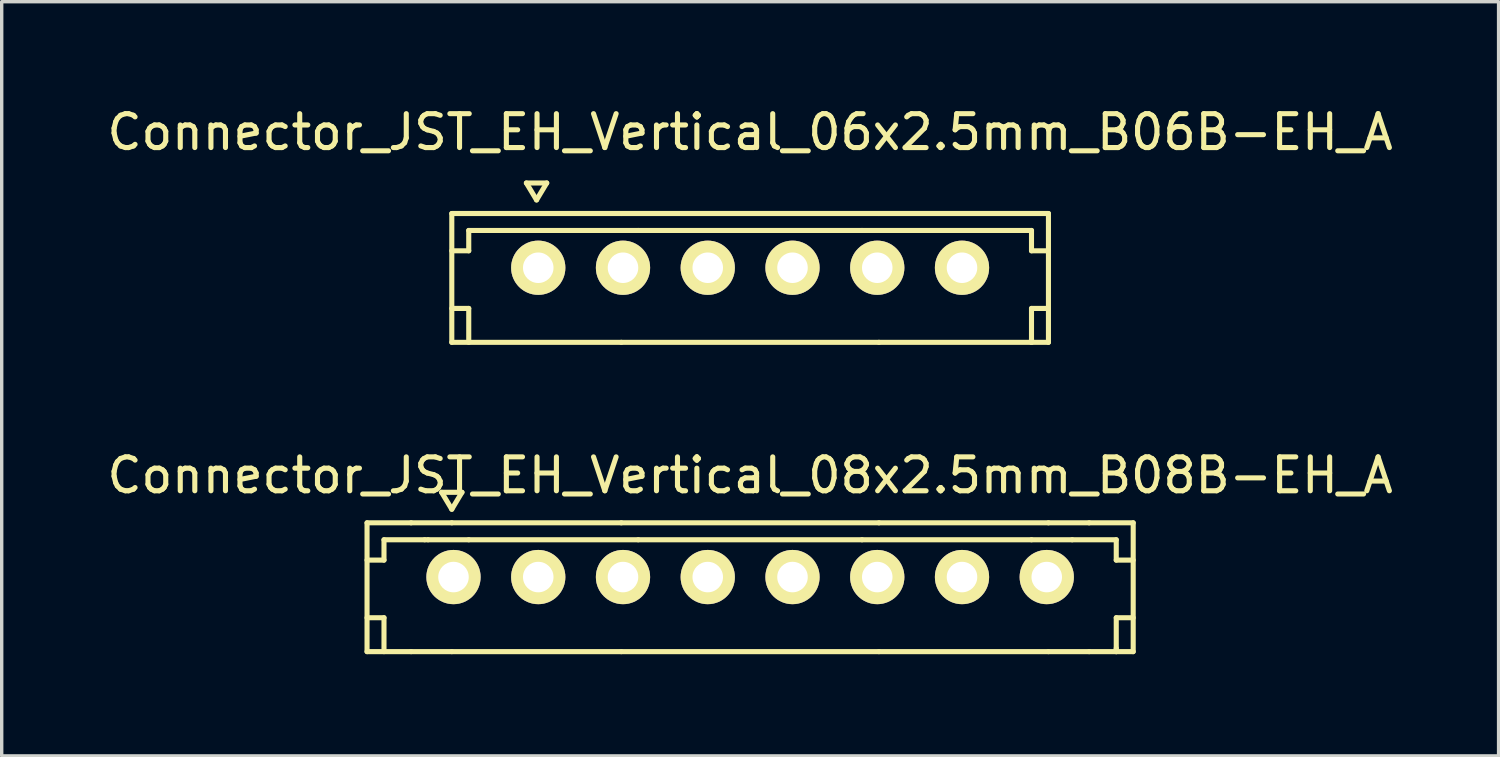
<source format=kicad_pcb>
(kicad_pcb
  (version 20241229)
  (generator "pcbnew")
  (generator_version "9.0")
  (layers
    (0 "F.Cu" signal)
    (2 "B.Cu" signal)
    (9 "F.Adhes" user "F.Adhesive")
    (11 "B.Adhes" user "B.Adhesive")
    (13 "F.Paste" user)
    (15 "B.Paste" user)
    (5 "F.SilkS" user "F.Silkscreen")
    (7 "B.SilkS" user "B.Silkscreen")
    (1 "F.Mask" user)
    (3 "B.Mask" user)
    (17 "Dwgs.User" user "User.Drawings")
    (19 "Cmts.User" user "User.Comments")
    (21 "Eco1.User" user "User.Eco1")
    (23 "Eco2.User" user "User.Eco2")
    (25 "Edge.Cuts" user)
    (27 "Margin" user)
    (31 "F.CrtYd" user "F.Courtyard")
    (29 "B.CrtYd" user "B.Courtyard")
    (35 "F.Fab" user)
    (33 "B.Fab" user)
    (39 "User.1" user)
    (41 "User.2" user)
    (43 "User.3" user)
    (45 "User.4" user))
  (footprint "Connector_JST_EH_Vertical_08x2.5mm_B08B-EH_A"
    (layer "F.Cu")
    (at 19.077 13.972)
    (property "Reference" "Connector_JST_EH_Vertical_08x2.5mm_B08B-EH_A" (at 0 -3 0) (layer "F.SilkS") (effects (font (size 1 1) (thickness 0.15))))
    (attr through_hole)
    (fp_line (start -11.3 -1.6) (end -11.3 2.2) (stroke (width 0.15) (type solid)) (layer "F.SilkS"))
    (fp_line (start -11.3 -1.6) (end -10 -1.6) (stroke (width 0.15) (type solid)) (layer "F.SilkS"))
    (fp_line (start -11.3 2.2) (end -10 2.2) (stroke (width 0.15) (type solid)) (layer "F.SilkS"))
    (fp_line (start -10.8 -1.1) (end -10.8 -0.5) (stroke (width 0.15) (type solid)) (layer "F.SilkS"))
    (fp_line (start -10.8 -0.5) (end -11.3 -0.5) (stroke (width 0.15) (type solid)) (layer "F.SilkS"))
    (fp_line (start -10.8 1.2) (end -11.3 1.2) (stroke (width 0.15) (type solid)) (layer "F.SilkS"))
    (fp_line (start -10.8 1.2) (end -10.8 2.2) (stroke (width 0.15) (type solid)) (layer "F.SilkS"))
    (fp_line (start -9.6 -1.1) (end -10.8 -1.1) (stroke (width 0.15) (type solid)) (layer "F.SilkS"))
    (fp_line (start -9.5 -1.1) (end -9.6 -1.1) (stroke (width 0.15) (type solid)) (layer "F.SilkS"))
    (fp_line (start -9.5 -1.1) (end -8.3 -1.1) (stroke (width 0.15) (type solid)) (layer "F.SilkS"))
    (fp_line (start -9.1 -2.5) (end -8.8 -2) (stroke (width 0.15) (type solid)) (layer "F.SilkS"))
    (fp_line (start -8.8 -2) (end -8.5 -2.5) (stroke (width 0.15) (type solid)) (layer "F.SilkS"))
    (fp_line (start -8.8 -1.6) (end -10 -1.6) (stroke (width 0.15) (type solid)) (layer "F.SilkS"))
    (fp_line (start -8.8 -1.6) (end -3.8 -1.6) (stroke (width 0.15) (type solid)) (layer "F.SilkS"))
    (fp_line (start -8.8 2.2) (end -10 2.2) (stroke (width 0.15) (type solid)) (layer "F.SilkS"))
    (fp_line (start -8.8 2.2) (end -3.8 2.2) (stroke (width 0.15) (type solid)) (layer "F.SilkS"))
    (fp_line (start -8.5 -2.5) (end -9.1 -2.5) (stroke (width 0.15) (type solid)) (layer "F.SilkS"))
    (fp_line (start -3.8 -1.6) (end 3.8 -1.6) (stroke (width 0.15) (type solid)) (layer "F.SilkS"))
    (fp_line (start -3.3 -1.1) (end -8.3 -1.1) (stroke (width 0.15) (type solid)) (layer "F.SilkS"))
    (fp_line (start 3.3 -1.1) (end -3.3 -1.1) (stroke (width 0.15) (type solid)) (layer "F.SilkS"))
    (fp_line (start 3.8 -1.6) (end 8.8 -1.6) (stroke (width 0.15) (type solid)) (layer "F.SilkS"))
    (fp_line (start 3.8 2.2) (end -3.8 2.2) (stroke (width 0.15) (type solid)) (layer "F.SilkS"))
    (fp_line (start 3.8 2.2) (end 8.8 2.2) (stroke (width 0.15) (type solid)) (layer "F.SilkS"))
    (fp_line (start 8.3 -1.1) (end 3.3 -1.1) (stroke (width 0.15) (type solid)) (layer "F.SilkS"))
    (fp_line (start 8.3 -1.1) (end 9.5 -1.1) (stroke (width 0.15) (type solid)) (layer "F.SilkS"))
    (fp_line (start 9.5 -1.1) (end 10.8 -1.1) (stroke (width 0.15) (type solid)) (layer "F.SilkS"))
    (fp_line (start 10 -1.6) (end 8.8 -1.6) (stroke (width 0.15) (type solid)) (layer "F.SilkS"))
    (fp_line (start 10 2.2) (end 8.8 2.2) (stroke (width 0.15) (type solid)) (layer "F.SilkS"))
    (fp_line (start 10.8 -1.1) (end 10.8 -0.5) (stroke (width 0.15) (type solid)) (layer "F.SilkS"))
    (fp_line (start 10.8 1.2) (end 10.8 2.2) (stroke (width 0.15) (type solid)) (layer "F.SilkS"))
    (fp_line (start 10.8 1.2) (end 11.3 1.2) (stroke (width 0.15) (type solid)) (layer "F.SilkS"))
    (fp_line (start 10.8 2.2) (end 10.8 2.1) (stroke (width 0.15) (type solid)) (layer "F.SilkS"))
    (fp_line (start 11.3 -1.6) (end 10 -1.6) (stroke (width 0.15) (type solid)) (layer "F.SilkS"))
    (fp_line (start 11.3 -1.6) (end 11.3 2.2) (stroke (width 0.15) (type solid)) (layer "F.SilkS"))
    (fp_line (start 11.3 -0.5) (end 10.8 -0.5) (stroke (width 0.15) (type solid)) (layer "F.SilkS"))
    (fp_line (start 11.3 2.2) (end 10 2.2) (stroke (width 0.15) (type solid)) (layer "F.SilkS"))
    (pad "1" thru_hole circle (at -8.75 0) (size 1.6 1.6) (drill 0.9) (layers "*.Cu" "*.Mask" "F.SilkS"))
    (pad "2" thru_hole circle (at -6.25 0) (size 1.6 1.6) (drill 0.9) (layers "*.Cu" "*.Mask" "F.SilkS"))
    (pad "3" thru_hole circle (at -3.75 0) (size 1.6 1.6) (drill 0.9) (layers "*.Cu" "*.Mask" "F.SilkS"))
    (pad "4" thru_hole circle (at -1.25 0) (size 1.6 1.6) (drill 0.9) (layers "*.Cu" "*.Mask" "F.SilkS"))
    (pad "5" thru_hole circle (at 1.25 0) (size 1.6 1.6) (drill 0.9) (layers "*.Cu" "*.Mask" "F.SilkS"))
    (pad "6" thru_hole circle (at 3.75 0) (size 1.6 1.6) (drill 0.9) (layers "*.Cu" "*.Mask" "F.SilkS"))
    (pad "7" thru_hole circle (at 6.25 0) (size 1.6 1.6) (drill 0.9) (layers "*.Cu" "*.Mask" "F.SilkS"))
    (pad "8" thru_hole circle (at 8.75 0) (size 1.6 1.6) (drill 0.9) (layers "*.Cu" "*.Mask" "F.SilkS")))
  (footprint "Connector_JST_EH_Vertical_06x2.5mm_B06B-EH_A"
    (layer "F.Cu")
    (at 19.077 4.848)
    (property "Reference" "Connector_JST_EH_Vertical_06x2.5mm_B06B-EH_A" (at 0 -4 0) (layer "F.SilkS") (effects (font (size 1 1) (thickness 0.15))))
    (attr through_hole)
    (fp_line (start -8.8 -1.6) (end -8.8 2.2) (stroke (width 0.15) (type solid)) (layer "F.SilkS"))
    (fp_line (start -8.8 -1.6) (end -3.8 -1.6) (stroke (width 0.15) (type solid)) (layer "F.SilkS"))
    (fp_line (start -8.8 2.2) (end -3.8 2.2) (stroke (width 0.15) (type solid)) (layer "F.SilkS"))
    (fp_line (start -8.3 -1.1) (end -8.3 -0.5) (stroke (width 0.15) (type solid)) (layer "F.SilkS"))
    (fp_line (start -8.3 -0.5) (end -8.8 -0.5) (stroke (width 0.15) (type solid)) (layer "F.SilkS"))
    (fp_line (start -8.3 1.2) (end -8.8 1.2) (stroke (width 0.15) (type solid)) (layer "F.SilkS"))
    (fp_line (start -8.3 1.2) (end -8.3 2.2) (stroke (width 0.15) (type solid)) (layer "F.SilkS"))
    (fp_line (start -6.6 -2.5) (end -6.3 -2) (stroke (width 0.15) (type solid)) (layer "F.SilkS"))
    (fp_line (start -6.3 -2) (end -6 -2.5) (stroke (width 0.15) (type solid)) (layer "F.SilkS"))
    (fp_line (start -6 -2.5) (end -6.6 -2.5) (stroke (width 0.15) (type solid)) (layer "F.SilkS"))
    (fp_line (start -3.8 -1.6) (end 3.8 -1.6) (stroke (width 0.15) (type solid)) (layer "F.SilkS"))
    (fp_line (start -3.3 -1.1) (end -8.3 -1.1) (stroke (width 0.15) (type solid)) (layer "F.SilkS"))
    (fp_line (start 3.3 -1.1) (end -3.3 -1.1) (stroke (width 0.15) (type solid)) (layer "F.SilkS"))
    (fp_line (start 3.8 -1.6) (end 8.8 -1.6) (stroke (width 0.15) (type solid)) (layer "F.SilkS"))
    (fp_line (start 3.8 2.2) (end -3.8 2.2) (stroke (width 0.15) (type solid)) (layer "F.SilkS"))
    (fp_line (start 3.8 2.2) (end 8.8 2.2) (stroke (width 0.15) (type solid)) (layer "F.SilkS"))
    (fp_line (start 8.3 -1.1) (end 3.3 -1.1) (stroke (width 0.15) (type solid)) (layer "F.SilkS"))
    (fp_line (start 8.3 -1.1) (end 8.3 -0.5) (stroke (width 0.15) (type solid)) (layer "F.SilkS"))
    (fp_line (start 8.3 1.2) (end 8.3 2.2) (stroke (width 0.15) (type solid)) (layer "F.SilkS"))
    (fp_line (start 8.3 1.2) (end 8.8 1.2) (stroke (width 0.15) (type solid)) (layer "F.SilkS"))
    (fp_line (start 8.3 2.2) (end 8.3 2.1) (stroke (width 0.15) (type solid)) (layer "F.SilkS"))
    (fp_line (start 8.8 -1.6) (end 8.8 2.2) (stroke (width 0.15) (type solid)) (layer "F.SilkS"))
    (fp_line (start 8.8 -0.5) (end 8.3 -0.5) (stroke (width 0.15) (type solid)) (layer "F.SilkS"))
    (pad "1" thru_hole circle (at -6.25 0) (size 1.6 1.6) (drill 0.9) (layers "*.Cu" "*.Mask" "F.SilkS"))
    (pad "2" thru_hole circle (at -3.75 0) (size 1.6 1.6) (drill 0.9) (layers "*.Cu" "*.Mask" "F.SilkS"))
    (pad "3" thru_hole circle (at -1.25 0) (size 1.6 1.6) (drill 0.9) (layers "*.Cu" "*.Mask" "F.SilkS"))
    (pad "4" thru_hole circle (at 1.25 0) (size 1.6 1.6) (drill 0.9) (layers "*.Cu" "*.Mask" "F.SilkS"))
    (pad "5" thru_hole circle (at 3.75 0) (size 1.6 1.6) (drill 0.9) (layers "*.Cu" "*.Mask" "F.SilkS"))
    (pad "6" thru_hole circle (at 6.25 0) (size 1.6 1.6) (drill 0.9) (layers "*.Cu" "*.Mask" "F.SilkS")))
  (gr_rect
    (start -3 -3)
    (end 41.155 19.247)
    (stroke (width 0.1) (type default))
    (fill no)
    (layer "Edge.Cuts")))
</source>
